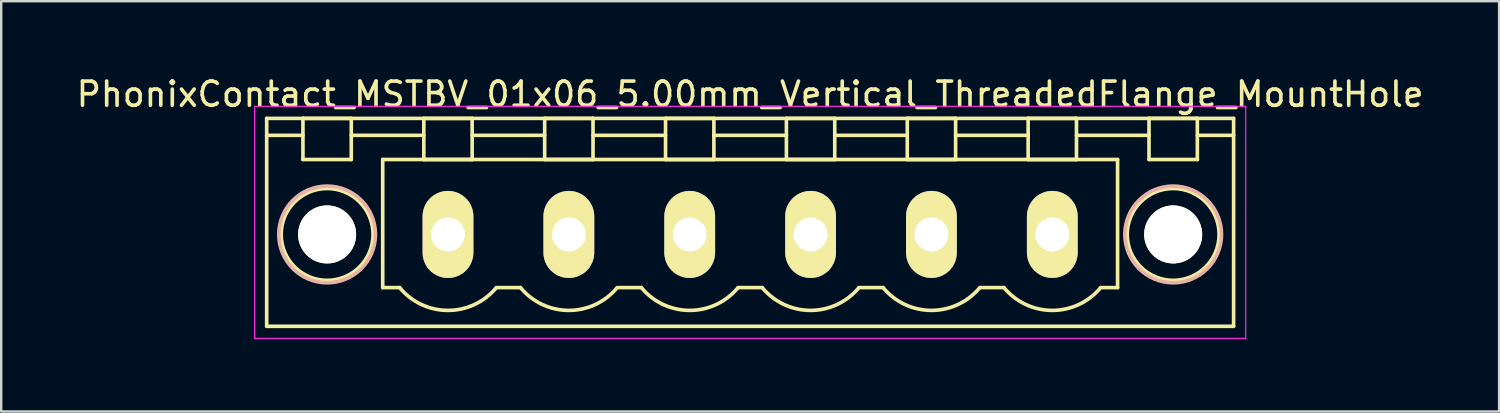
<source format=kicad_pcb>
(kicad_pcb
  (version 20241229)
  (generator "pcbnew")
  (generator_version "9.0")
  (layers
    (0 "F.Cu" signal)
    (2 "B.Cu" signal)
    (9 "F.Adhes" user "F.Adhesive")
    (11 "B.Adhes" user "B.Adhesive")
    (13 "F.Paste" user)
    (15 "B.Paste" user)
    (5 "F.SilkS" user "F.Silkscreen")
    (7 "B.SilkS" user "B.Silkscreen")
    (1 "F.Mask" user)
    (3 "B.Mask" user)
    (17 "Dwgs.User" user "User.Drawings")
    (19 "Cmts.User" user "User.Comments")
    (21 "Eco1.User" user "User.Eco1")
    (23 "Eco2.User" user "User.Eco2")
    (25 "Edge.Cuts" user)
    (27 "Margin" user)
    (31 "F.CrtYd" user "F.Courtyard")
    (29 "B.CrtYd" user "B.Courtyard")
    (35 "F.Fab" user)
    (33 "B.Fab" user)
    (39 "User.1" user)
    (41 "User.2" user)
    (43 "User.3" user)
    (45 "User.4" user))
  (footprint "PhonixContact_MSTBV_01x06_5.00mm_Vertical_ThreadedFlange_MountHole"
    (layer "F.Cu")
    (at 15.482 6.648)
    (property "Reference" "PhonixContact_MSTBV_01x06_5.00mm_Vertical_ThreadedFlange_MountHole" (at 12.5 -5.8 0) (layer "F.SilkS") (effects (font (size 1 1) (thickness 0.15))))
    (attr through_hole)
    (fp_line (start -7.5 -4.8) (end -7.5 3.8) (stroke (width 0.15) (type solid)) (layer "F.SilkS"))
    (fp_line (start -7.5 -4.1) (end -6 -4.1) (stroke (width 0.15) (type solid)) (layer "F.SilkS"))
    (fp_line (start -7.5 3.8) (end 32.5 3.8) (stroke (width 0.15) (type solid)) (layer "F.SilkS"))
    (fp_line (start -6 -4.8) (end -4 -4.8) (stroke (width 0.15) (type solid)) (layer "F.SilkS"))
    (fp_line (start -6 -3.1) (end -6 -4.8) (stroke (width 0.15) (type solid)) (layer "F.SilkS"))
    (fp_line (start -4 -4.8) (end -4 -3.1) (stroke (width 0.15) (type solid)) (layer "F.SilkS"))
    (fp_line (start -4 -4.1) (end -1 -4.1) (stroke (width 0.15) (type solid)) (layer "F.SilkS"))
    (fp_line (start -4 -3.1) (end -6 -3.1) (stroke (width 0.15) (type solid)) (layer "F.SilkS"))
    (fp_line (start -2.7 -3.1) (end 27.7 -3.1) (stroke (width 0.15) (type solid)) (layer "F.SilkS"))
    (fp_line (start -2.7 2.2) (end -2.7 -3.1) (stroke (width 0.15) (type solid)) (layer "F.SilkS"))
    (fp_line (start -2 2.2) (end -2.7 2.2) (stroke (width 0.15) (type solid)) (layer "F.SilkS"))
    (fp_line (start -1 -4.8) (end 1 -4.8) (stroke (width 0.15) (type solid)) (layer "F.SilkS"))
    (fp_line (start -1 -3.1) (end -1 -4.8) (stroke (width 0.15) (type solid)) (layer "F.SilkS"))
    (fp_line (start 1 -4.8) (end 1 -3.1) (stroke (width 0.15) (type solid)) (layer "F.SilkS"))
    (fp_line (start 1 -4.1) (end 4 -4.1) (stroke (width 0.15) (type solid)) (layer "F.SilkS"))
    (fp_line (start 1 -3.1) (end -1 -3.1) (stroke (width 0.15) (type solid)) (layer "F.SilkS"))
    (fp_line (start 2 2.2) (end 3 2.2) (stroke (width 0.15) (type solid)) (layer "F.SilkS"))
    (fp_line (start 4 -4.8) (end 6 -4.8) (stroke (width 0.15) (type solid)) (layer "F.SilkS"))
    (fp_line (start 4 -3.1) (end 4 -4.8) (stroke (width 0.15) (type solid)) (layer "F.SilkS"))
    (fp_line (start 6 -4.8) (end 6 -3.1) (stroke (width 0.15) (type solid)) (layer "F.SilkS"))
    (fp_line (start 6 -4.1) (end 9 -4.1) (stroke (width 0.15) (type solid)) (layer "F.SilkS"))
    (fp_line (start 6 -3.1) (end 4 -3.1) (stroke (width 0.15) (type solid)) (layer "F.SilkS"))
    (fp_line (start 7 2.2) (end 8 2.2) (stroke (width 0.15) (type solid)) (layer "F.SilkS"))
    (fp_line (start 9 -4.8) (end 11 -4.8) (stroke (width 0.15) (type solid)) (layer "F.SilkS"))
    (fp_line (start 9 -3.1) (end 9 -4.8) (stroke (width 0.15) (type solid)) (layer "F.SilkS"))
    (fp_line (start 11 -4.8) (end 11 -3.1) (stroke (width 0.15) (type solid)) (layer "F.SilkS"))
    (fp_line (start 11 -4.1) (end 14 -4.1) (stroke (width 0.15) (type solid)) (layer "F.SilkS"))
    (fp_line (start 11 -3.1) (end 9 -3.1) (stroke (width 0.15) (type solid)) (layer "F.SilkS"))
    (fp_line (start 12 2.2) (end 13 2.2) (stroke (width 0.15) (type solid)) (layer "F.SilkS"))
    (fp_line (start 14 -4.8) (end 16 -4.8) (stroke (width 0.15) (type solid)) (layer "F.SilkS"))
    (fp_line (start 14 -3.1) (end 14 -4.8) (stroke (width 0.15) (type solid)) (layer "F.SilkS"))
    (fp_line (start 16 -4.8) (end 16 -3.1) (stroke (width 0.15) (type solid)) (layer "F.SilkS"))
    (fp_line (start 16 -4.1) (end 19 -4.1) (stroke (width 0.15) (type solid)) (layer "F.SilkS"))
    (fp_line (start 16 -3.1) (end 14 -3.1) (stroke (width 0.15) (type solid)) (layer "F.SilkS"))
    (fp_line (start 17 2.2) (end 18 2.2) (stroke (width 0.15) (type solid)) (layer "F.SilkS"))
    (fp_line (start 19 -4.8) (end 21 -4.8) (stroke (width 0.15) (type solid)) (layer "F.SilkS"))
    (fp_line (start 19 -3.1) (end 19 -4.8) (stroke (width 0.15) (type solid)) (layer "F.SilkS"))
    (fp_line (start 21 -4.8) (end 21 -3.1) (stroke (width 0.15) (type solid)) (layer "F.SilkS"))
    (fp_line (start 21 -4.1) (end 24 -4.1) (stroke (width 0.15) (type solid)) (layer "F.SilkS"))
    (fp_line (start 21 -3.1) (end 19 -3.1) (stroke (width 0.15) (type solid)) (layer "F.SilkS"))
    (fp_line (start 22 2.2) (end 23 2.2) (stroke (width 0.15) (type solid)) (layer "F.SilkS"))
    (fp_line (start 24 -4.8) (end 26 -4.8) (stroke (width 0.15) (type solid)) (layer "F.SilkS"))
    (fp_line (start 24 -3.1) (end 24 -4.8) (stroke (width 0.15) (type solid)) (layer "F.SilkS"))
    (fp_line (start 26 -4.8) (end 26 -3.1) (stroke (width 0.15) (type solid)) (layer "F.SilkS"))
    (fp_line (start 26 -4.1) (end 29 -4.1) (stroke (width 0.15) (type solid)) (layer "F.SilkS"))
    (fp_line (start 26 -3.1) (end 24 -3.1) (stroke (width 0.15) (type solid)) (layer "F.SilkS"))
    (fp_line (start 27.7 -3.1) (end 27.7 2.2) (stroke (width 0.15) (type solid)) (layer "F.SilkS"))
    (fp_line (start 27.7 2.2) (end 27 2.2) (stroke (width 0.15) (type solid)) (layer "F.SilkS"))
    (fp_line (start 29 -4.8) (end 31 -4.8) (stroke (width 0.15) (type solid)) (layer "F.SilkS"))
    (fp_line (start 29 -3.1) (end 29 -4.8) (stroke (width 0.15) (type solid)) (layer "F.SilkS"))
    (fp_line (start 31 -4.8) (end 31 -3.1) (stroke (width 0.15) (type solid)) (layer "F.SilkS"))
    (fp_line (start 31 -3.1) (end 29 -3.1) (stroke (width 0.15) (type solid)) (layer "F.SilkS"))
    (fp_line (start 32.5 -4.8) (end -7.5 -4.8) (stroke (width 0.15) (type solid)) (layer "F.SilkS"))
    (fp_line (start 32.5 -4.1) (end 31 -4.1) (stroke (width 0.15) (type solid)) (layer "F.SilkS"))
    (fp_line (start 32.5 3.8) (end 32.5 -4.8) (stroke (width 0.15) (type solid)) (layer "F.SilkS"))
    (fp_arc (start 1.986842 2.215821) (mid -0.010289 3.142758) (end -2 2.2) (stroke (width 0.15) (type solid)) (layer "F.SilkS"))
    (fp_arc (start 6.986842 2.215821) (mid 4.989711 3.142758) (end 3 2.2) (stroke (width 0.15) (type solid)) (layer "F.SilkS"))
    (fp_arc (start 11.986842 2.215821) (mid 9.989711 3.142758) (end 8 2.2) (stroke (width 0.15) (type solid)) (layer "F.SilkS"))
    (fp_arc (start 16.986842 2.215821) (mid 14.989711 3.142758) (end 13 2.2) (stroke (width 0.15) (type solid)) (layer "F.SilkS"))
    (fp_arc (start 21.986842 2.215821) (mid 19.989711 3.142758) (end 18 2.2) (stroke (width 0.15) (type solid)) (layer "F.SilkS"))
    (fp_arc (start 26.986842 2.215821) (mid 24.989711 3.142758) (end 23 2.2) (stroke (width 0.15) (type solid)) (layer "F.SilkS"))
    (fp_circle (center -5 0) (end -4 0) (stroke (width 0.15) (type solid)) (fill no) (layer "F.SilkS"))
    (fp_circle (center -5 0) (end -3.1 0) (stroke (width 0.15) (type solid)) (fill no) (layer "F.SilkS"))
    (fp_circle (center 30 0) (end 31 0) (stroke (width 0.15) (type solid)) (fill no) (layer "F.SilkS"))
    (fp_circle (center 30 0) (end 31.9 0) (stroke (width 0.15) (type solid)) (fill no) (layer "F.SilkS"))
    (fp_circle (center -5 0) (end -3 0) (stroke (width 0.15) (type solid)) (fill no) (layer "B.SilkS"))
    (fp_circle (center 30 0) (end 32 0) (stroke (width 0.15) (type solid)) (fill no) (layer "B.SilkS"))
    (fp_line (start -8 -5.3) (end -8 4.3) (stroke (width 0.05) (type solid)) (layer "F.CrtYd"))
    (fp_line (start -8 4.3) (end 33 4.3) (stroke (width 0.05) (type solid)) (layer "F.CrtYd"))
    (fp_line (start 33 -5.3) (end -8 -5.3) (stroke (width 0.05) (type solid)) (layer "F.CrtYd"))
    (fp_line (start 33 4.3) (end 33 -5.3) (stroke (width 0.05) (type solid)) (layer "F.CrtYd"))
    (pad "" np_thru_hole circle (at -5 0) (size 2.4 2.4) (drill 2.4) (layers "*.Cu" "*.Mask" "F.SilkS"))
    (pad "" np_thru_hole circle (at 30 0) (size 2.4 2.4) (drill 2.4) (layers "*.Cu" "*.Mask" "F.SilkS"))
    (pad "1" thru_hole oval (at 0 0) (size 2.1 3.6) (drill 1.4) (layers "*.Cu" "*.Mask" "F.SilkS"))
    (pad "2" thru_hole oval (at 5 0) (size 2.1 3.6) (drill 1.4) (layers "*.Cu" "*.Mask" "F.SilkS"))
    (pad "3" thru_hole oval (at 10 0) (size 2.1 3.6) (drill 1.4) (layers "*.Cu" "*.Mask" "F.SilkS"))
    (pad "4" thru_hole oval (at 15 0) (size 2.1 3.6) (drill 1.4) (layers "*.Cu" "*.Mask" "F.SilkS"))
    (pad "5" thru_hole oval (at 20 0) (size 2.1 3.6) (drill 1.4) (layers "*.Cu" "*.Mask" "F.SilkS"))
    (pad "6" thru_hole oval (at 25 0) (size 2.1 3.6) (drill 1.4) (layers "*.Cu" "*.Mask" "F.SilkS")))
  (gr_rect
    (start -3 -3)
    (end 58.964 13.973)
    (stroke (width 0.1) (type default))
    (fill no)
    (layer "Edge.Cuts")))
</source>
